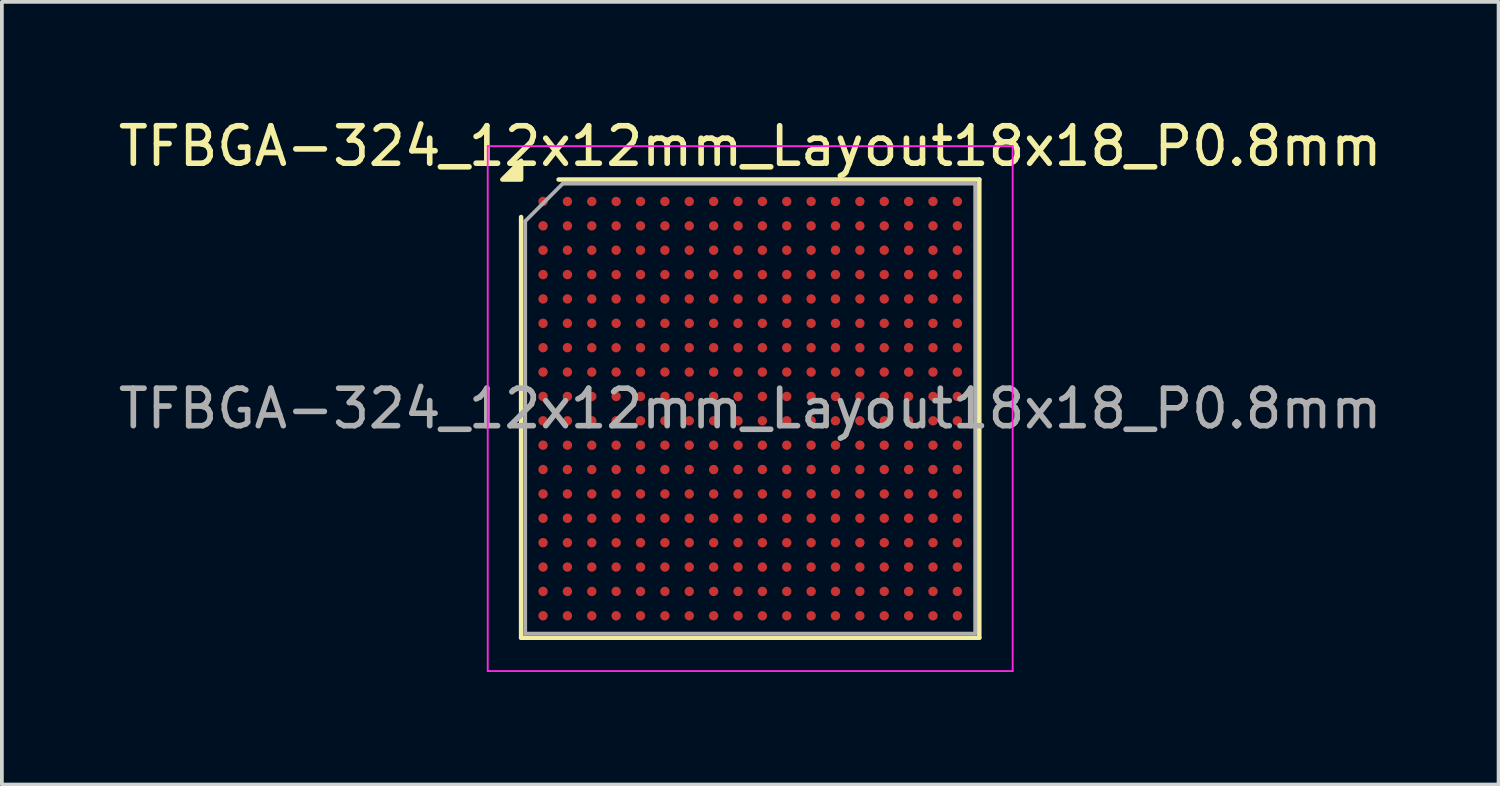
<source format=kicad_pcb>
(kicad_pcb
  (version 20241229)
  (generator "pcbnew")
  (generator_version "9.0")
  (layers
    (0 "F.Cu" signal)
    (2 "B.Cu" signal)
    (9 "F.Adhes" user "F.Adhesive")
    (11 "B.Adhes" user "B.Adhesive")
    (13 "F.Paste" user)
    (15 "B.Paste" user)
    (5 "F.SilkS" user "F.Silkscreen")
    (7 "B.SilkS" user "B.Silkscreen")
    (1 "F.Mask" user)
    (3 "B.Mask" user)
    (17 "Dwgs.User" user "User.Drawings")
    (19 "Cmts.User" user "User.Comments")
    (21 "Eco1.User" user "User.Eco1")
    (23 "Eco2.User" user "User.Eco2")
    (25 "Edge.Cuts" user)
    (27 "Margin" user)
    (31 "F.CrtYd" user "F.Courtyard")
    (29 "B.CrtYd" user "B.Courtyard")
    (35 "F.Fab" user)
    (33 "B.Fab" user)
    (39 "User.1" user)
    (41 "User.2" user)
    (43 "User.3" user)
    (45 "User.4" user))
  (footprint "TFBGA-324_12x12mm_Layout18x18_P0.8mm"
    (layer "F.Cu")
    (at 16.958 7.848)
    (property "Reference" "TFBGA-324_12x12mm_Layout18x18_P0.8mm" (at 0 -7 0) (layer "F.SilkS") (effects (font (size 1 1) (thickness 0.15))))
    (attr smd)
    (fp_line (start -6.11 6.11) (end -6.11 -5.11) (stroke (width 0.12) (type solid)) (layer "F.SilkS"))
    (fp_line (start -5.11 -6.11) (end 6.11 -6.11) (stroke (width 0.12) (type solid)) (layer "F.SilkS"))
    (fp_line (start 6.11 -6.11) (end 6.11 6.11) (stroke (width 0.12) (type solid)) (layer "F.SilkS"))
    (fp_line (start 6.11 6.11) (end -6.11 6.11) (stroke (width 0.12) (type solid)) (layer "F.SilkS"))
    (fp_poly (pts (xy -6.11 -6.11) (xy -6.61 -6.11) (xy -6.11 -6.61) (xy -6.11 -6.11)) (stroke (width 0.12) (type solid)) (fill yes) (layer "F.SilkS"))
    (fp_line (start -7 -7) (end -7 7) (stroke (width 0.05) (type solid)) (layer "F.CrtYd"))
    (fp_line (start -7 7) (end 7 7) (stroke (width 0.05) (type solid)) (layer "F.CrtYd"))
    (fp_line (start 7 -7) (end -7 -7) (stroke (width 0.05) (type solid)) (layer "F.CrtYd"))
    (fp_line (start 7 7) (end 7 -7) (stroke (width 0.05) (type solid)) (layer "F.CrtYd"))
    (fp_line (start -6 -5) (end -5 -6) (stroke (width 0.1) (type solid)) (layer "F.Fab"))
    (fp_line (start -6 6) (end -6 -5) (stroke (width 0.1) (type solid)) (layer "F.Fab"))
    (fp_line (start -5 -6) (end 6 -6) (stroke (width 0.1) (type solid)) (layer "F.Fab"))
    (fp_line (start 6 -6) (end 6 6) (stroke (width 0.1) (type solid)) (layer "F.Fab"))
    (fp_line (start 6 6) (end -6 6) (stroke (width 0.1) (type solid)) (layer "F.Fab"))
    (fp_text user "${REFERENCE}" (at 0 0 0) (layer "F.Fab") (effects (font (size 1 1) (thickness 0.15))))
    (pad "A1" smd circle (at -5.525 -5.525) (size 0.25 0.25) (property pad_prop_bga) (layers "F.Cu" "F.Mask" "F.Paste"))
    (pad "A2" smd circle (at -4.875 -5.525) (size 0.25 0.25) (property pad_prop_bga) (layers "F.Cu" "F.Mask" "F.Paste"))
    (pad "A3" smd circle (at -4.225 -5.525) (size 0.25 0.25) (property pad_prop_bga) (layers "F.Cu" "F.Mask" "F.Paste"))
    (pad "A4" smd circle (at -3.575 -5.525) (size 0.25 0.25) (property pad_prop_bga) (layers "F.Cu" "F.Mask" "F.Paste"))
    (pad "A5" smd circle (at -2.925 -5.525) (size 0.25 0.25) (property pad_prop_bga) (layers "F.Cu" "F.Mask" "F.Paste"))
    (pad "A6" smd circle (at -2.275 -5.525) (size 0.25 0.25) (property pad_prop_bga) (layers "F.Cu" "F.Mask" "F.Paste"))
    (pad "A7" smd circle (at -1.625 -5.525) (size 0.25 0.25) (property pad_prop_bga) (layers "F.Cu" "F.Mask" "F.Paste"))
    (pad "A8" smd circle (at -0.975 -5.525) (size 0.25 0.25) (property pad_prop_bga) (layers "F.Cu" "F.Mask" "F.Paste"))
    (pad "A9" smd circle (at -0.325 -5.525) (size 0.25 0.25) (property pad_prop_bga) (layers "F.Cu" "F.Mask" "F.Paste"))
    (pad "A10" smd circle (at 0.325 -5.525) (size 0.25 0.25) (property pad_prop_bga) (layers "F.Cu" "F.Mask" "F.Paste"))
    (pad "A11" smd circle (at 0.975 -5.525) (size 0.25 0.25) (property pad_prop_bga) (layers "F.Cu" "F.Mask" "F.Paste"))
    (pad "A12" smd circle (at 1.625 -5.525) (size 0.25 0.25) (property pad_prop_bga) (layers "F.Cu" "F.Mask" "F.Paste"))
    (pad "A13" smd circle (at 2.275 -5.525) (size 0.25 0.25) (property pad_prop_bga) (layers "F.Cu" "F.Mask" "F.Paste"))
    (pad "A14" smd circle (at 2.925 -5.525) (size 0.25 0.25) (property pad_prop_bga) (layers "F.Cu" "F.Mask" "F.Paste"))
    (pad "A15" smd circle (at 3.575 -5.525) (size 0.25 0.25) (property pad_prop_bga) (layers "F.Cu" "F.Mask" "F.Paste"))
    (pad "A16" smd circle (at 4.225 -5.525) (size 0.25 0.25) (property pad_prop_bga) (layers "F.Cu" "F.Mask" "F.Paste"))
    (pad "A17" smd circle (at 4.875 -5.525) (size 0.25 0.25) (property pad_prop_bga) (layers "F.Cu" "F.Mask" "F.Paste"))
    (pad "A18" smd circle (at 5.525 -5.525) (size 0.25 0.25) (property pad_prop_bga) (layers "F.Cu" "F.Mask" "F.Paste"))
    (pad "B1" smd circle (at -5.525 -4.875) (size 0.25 0.25) (property pad_prop_bga) (layers "F.Cu" "F.Mask" "F.Paste"))
    (pad "B2" smd circle (at -4.875 -4.875) (size 0.25 0.25) (property pad_prop_bga) (layers "F.Cu" "F.Mask" "F.Paste"))
    (pad "B3" smd circle (at -4.225 -4.875) (size 0.25 0.25) (property pad_prop_bga) (layers "F.Cu" "F.Mask" "F.Paste"))
    (pad "B4" smd circle (at -3.575 -4.875) (size 0.25 0.25) (property pad_prop_bga) (layers "F.Cu" "F.Mask" "F.Paste"))
    (pad "B5" smd circle (at -2.925 -4.875) (size 0.25 0.25) (property pad_prop_bga) (layers "F.Cu" "F.Mask" "F.Paste"))
    (pad "B6" smd circle (at -2.275 -4.875) (size 0.25 0.25) (property pad_prop_bga) (layers "F.Cu" "F.Mask" "F.Paste"))
    (pad "B7" smd circle (at -1.625 -4.875) (size 0.25 0.25) (property pad_prop_bga) (layers "F.Cu" "F.Mask" "F.Paste"))
    (pad "B8" smd circle (at -0.975 -4.875) (size 0.25 0.25) (property pad_prop_bga) (layers "F.Cu" "F.Mask" "F.Paste"))
    (pad "B9" smd circle (at -0.325 -4.875) (size 0.25 0.25) (property pad_prop_bga) (layers "F.Cu" "F.Mask" "F.Paste"))
    (pad "B10" smd circle (at 0.325 -4.875) (size 0.25 0.25) (property pad_prop_bga) (layers "F.Cu" "F.Mask" "F.Paste"))
    (pad "B11" smd circle (at 0.975 -4.875) (size 0.25 0.25) (property pad_prop_bga) (layers "F.Cu" "F.Mask" "F.Paste"))
    (pad "B12" smd circle (at 1.625 -4.875) (size 0.25 0.25) (property pad_prop_bga) (layers "F.Cu" "F.Mask" "F.Paste"))
    (pad "B13" smd circle (at 2.275 -4.875) (size 0.25 0.25) (property pad_prop_bga) (layers "F.Cu" "F.Mask" "F.Paste"))
    (pad "B14" smd circle (at 2.925 -4.875) (size 0.25 0.25) (property pad_prop_bga) (layers "F.Cu" "F.Mask" "F.Paste"))
    (pad "B15" smd circle (at 3.575 -4.875) (size 0.25 0.25) (property pad_prop_bga) (layers "F.Cu" "F.Mask" "F.Paste"))
    (pad "B16" smd circle (at 4.225 -4.875) (size 0.25 0.25) (property pad_prop_bga) (layers "F.Cu" "F.Mask" "F.Paste"))
    (pad "B17" smd circle (at 4.875 -4.875) (size 0.25 0.25) (property pad_prop_bga) (layers "F.Cu" "F.Mask" "F.Paste"))
    (pad "B18" smd circle (at 5.525 -4.875) (size 0.25 0.25) (property pad_prop_bga) (layers "F.Cu" "F.Mask" "F.Paste"))
    (pad "C1" smd circle (at -5.525 -4.225) (size 0.25 0.25) (property pad_prop_bga) (layers "F.Cu" "F.Mask" "F.Paste"))
    (pad "C2" smd circle (at -4.875 -4.225) (size 0.25 0.25) (property pad_prop_bga) (layers "F.Cu" "F.Mask" "F.Paste"))
    (pad "C3" smd circle (at -4.225 -4.225) (size 0.25 0.25) (property pad_prop_bga) (layers "F.Cu" "F.Mask" "F.Paste"))
    (pad "C4" smd circle (at -3.575 -4.225) (size 0.25 0.25) (property pad_prop_bga) (layers "F.Cu" "F.Mask" "F.Paste"))
    (pad "C5" smd circle (at -2.925 -4.225) (size 0.25 0.25) (property pad_prop_bga) (layers "F.Cu" "F.Mask" "F.Paste"))
    (pad "C6" smd circle (at -2.275 -4.225) (size 0.25 0.25) (property pad_prop_bga) (layers "F.Cu" "F.Mask" "F.Paste"))
    (pad "C7" smd circle (at -1.625 -4.225) (size 0.25 0.25) (property pad_prop_bga) (layers "F.Cu" "F.Mask" "F.Paste"))
    (pad "C8" smd circle (at -0.975 -4.225) (size 0.25 0.25) (property pad_prop_bga) (layers "F.Cu" "F.Mask" "F.Paste"))
    (pad "C9" smd circle (at -0.325 -4.225) (size 0.25 0.25) (property pad_prop_bga) (layers "F.Cu" "F.Mask" "F.Paste"))
    (pad "C10" smd circle (at 0.325 -4.225) (size 0.25 0.25) (property pad_prop_bga) (layers "F.Cu" "F.Mask" "F.Paste"))
    (pad "C11" smd circle (at 0.975 -4.225) (size 0.25 0.25) (property pad_prop_bga) (layers "F.Cu" "F.Mask" "F.Paste"))
    (pad "C12" smd circle (at 1.625 -4.225) (size 0.25 0.25) (property pad_prop_bga) (layers "F.Cu" "F.Mask" "F.Paste"))
    (pad "C13" smd circle (at 2.275 -4.225) (size 0.25 0.25) (property pad_prop_bga) (layers "F.Cu" "F.Mask" "F.Paste"))
    (pad "C14" smd circle (at 2.925 -4.225) (size 0.25 0.25) (property pad_prop_bga) (layers "F.Cu" "F.Mask" "F.Paste"))
    (pad "C15" smd circle (at 3.575 -4.225) (size 0.25 0.25) (property pad_prop_bga) (layers "F.Cu" "F.Mask" "F.Paste"))
    (pad "C16" smd circle (at 4.225 -4.225) (size 0.25 0.25) (property pad_prop_bga) (layers "F.Cu" "F.Mask" "F.Paste"))
    (pad "C17" smd circle (at 4.875 -4.225) (size 0.25 0.25) (property pad_prop_bga) (layers "F.Cu" "F.Mask" "F.Paste"))
    (pad "C18" smd circle (at 5.525 -4.225) (size 0.25 0.25) (property pad_prop_bga) (layers "F.Cu" "F.Mask" "F.Paste"))
    (pad "D1" smd circle (at -5.525 -3.575) (size 0.25 0.25) (property pad_prop_bga) (layers "F.Cu" "F.Mask" "F.Paste"))
    (pad "D2" smd circle (at -4.875 -3.575) (size 0.25 0.25) (property pad_prop_bga) (layers "F.Cu" "F.Mask" "F.Paste"))
    (pad "D3" smd circle (at -4.225 -3.575) (size 0.25 0.25) (property pad_prop_bga) (layers "F.Cu" "F.Mask" "F.Paste"))
    (pad "D4" smd circle (at -3.575 -3.575) (size 0.25 0.25) (property pad_prop_bga) (layers "F.Cu" "F.Mask" "F.Paste"))
    (pad "D5" smd circle (at -2.925 -3.575) (size 0.25 0.25) (property pad_prop_bga) (layers "F.Cu" "F.Mask" "F.Paste"))
    (pad "D6" smd circle (at -2.275 -3.575) (size 0.25 0.25) (property pad_prop_bga) (layers "F.Cu" "F.Mask" "F.Paste"))
    (pad "D7" smd circle (at -1.625 -3.575) (size 0.25 0.25) (property pad_prop_bga) (layers "F.Cu" "F.Mask" "F.Paste"))
    (pad "D8" smd circle (at -0.975 -3.575) (size 0.25 0.25) (property pad_prop_bga) (layers "F.Cu" "F.Mask" "F.Paste"))
    (pad "D9" smd circle (at -0.325 -3.575) (size 0.25 0.25) (property pad_prop_bga) (layers "F.Cu" "F.Mask" "F.Paste"))
    (pad "D10" smd circle (at 0.325 -3.575) (size 0.25 0.25) (property pad_prop_bga) (layers "F.Cu" "F.Mask" "F.Paste"))
    (pad "D11" smd circle (at 0.975 -3.575) (size 0.25 0.25) (property pad_prop_bga) (layers "F.Cu" "F.Mask" "F.Paste"))
    (pad "D12" smd circle (at 1.625 -3.575) (size 0.25 0.25) (property pad_prop_bga) (layers "F.Cu" "F.Mask" "F.Paste"))
    (pad "D13" smd circle (at 2.275 -3.575) (size 0.25 0.25) (property pad_prop_bga) (layers "F.Cu" "F.Mask" "F.Paste"))
    (pad "D14" smd circle (at 2.925 -3.575) (size 0.25 0.25) (property pad_prop_bga) (layers "F.Cu" "F.Mask" "F.Paste"))
    (pad "D15" smd circle (at 3.575 -3.575) (size 0.25 0.25) (property pad_prop_bga) (layers "F.Cu" "F.Mask" "F.Paste"))
    (pad "D16" smd circle (at 4.225 -3.575) (size 0.25 0.25) (property pad_prop_bga) (layers "F.Cu" "F.Mask" "F.Paste"))
    (pad "D17" smd circle (at 4.875 -3.575) (size 0.25 0.25) (property pad_prop_bga) (layers "F.Cu" "F.Mask" "F.Paste"))
    (pad "D18" smd circle (at 5.525 -3.575) (size 0.25 0.25) (property pad_prop_bga) (layers "F.Cu" "F.Mask" "F.Paste"))
    (pad "E1" smd circle (at -5.525 -2.925) (size 0.25 0.25) (property pad_prop_bga) (layers "F.Cu" "F.Mask" "F.Paste"))
    (pad "E2" smd circle (at -4.875 -2.925) (size 0.25 0.25) (property pad_prop_bga) (layers "F.Cu" "F.Mask" "F.Paste"))
    (pad "E3" smd circle (at -4.225 -2.925) (size 0.25 0.25) (property pad_prop_bga) (layers "F.Cu" "F.Mask" "F.Paste"))
    (pad "E4" smd circle (at -3.575 -2.925) (size 0.25 0.25) (property pad_prop_bga) (layers "F.Cu" "F.Mask" "F.Paste"))
    (pad "E5" smd circle (at -2.925 -2.925) (size 0.25 0.25) (property pad_prop_bga) (layers "F.Cu" "F.Mask" "F.Paste"))
    (pad "E6" smd circle (at -2.275 -2.925) (size 0.25 0.25) (property pad_prop_bga) (layers "F.Cu" "F.Mask" "F.Paste"))
    (pad "E7" smd circle (at -1.625 -2.925) (size 0.25 0.25) (property pad_prop_bga) (layers "F.Cu" "F.Mask" "F.Paste"))
    (pad "E8" smd circle (at -0.975 -2.925) (size 0.25 0.25) (property pad_prop_bga) (layers "F.Cu" "F.Mask" "F.Paste"))
    (pad "E9" smd circle (at -0.325 -2.925) (size 0.25 0.25) (property pad_prop_bga) (layers "F.Cu" "F.Mask" "F.Paste"))
    (pad "E10" smd circle (at 0.325 -2.925) (size 0.25 0.25) (property pad_prop_bga) (layers "F.Cu" "F.Mask" "F.Paste"))
    (pad "E11" smd circle (at 0.975 -2.925) (size 0.25 0.25) (property pad_prop_bga) (layers "F.Cu" "F.Mask" "F.Paste"))
    (pad "E12" smd circle (at 1.625 -2.925) (size 0.25 0.25) (property pad_prop_bga) (layers "F.Cu" "F.Mask" "F.Paste"))
    (pad "E13" smd circle (at 2.275 -2.925) (size 0.25 0.25) (property pad_prop_bga) (layers "F.Cu" "F.Mask" "F.Paste"))
    (pad "E14" smd circle (at 2.925 -2.925) (size 0.25 0.25) (property pad_prop_bga) (layers "F.Cu" "F.Mask" "F.Paste"))
    (pad "E15" smd circle (at 3.575 -2.925) (size 0.25 0.25) (property pad_prop_bga) (layers "F.Cu" "F.Mask" "F.Paste"))
    (pad "E16" smd circle (at 4.225 -2.925) (size 0.25 0.25) (property pad_prop_bga) (layers "F.Cu" "F.Mask" "F.Paste"))
    (pad "E17" smd circle (at 4.875 -2.925) (size 0.25 0.25) (property pad_prop_bga) (layers "F.Cu" "F.Mask" "F.Paste"))
    (pad "E18" smd circle (at 5.525 -2.925) (size 0.25 0.25) (property pad_prop_bga) (layers "F.Cu" "F.Mask" "F.Paste"))
    (pad "F1" smd circle (at -5.525 -2.275) (size 0.25 0.25) (property pad_prop_bga) (layers "F.Cu" "F.Mask" "F.Paste"))
    (pad "F2" smd circle (at -4.875 -2.275) (size 0.25 0.25) (property pad_prop_bga) (layers "F.Cu" "F.Mask" "F.Paste"))
    (pad "F3" smd circle (at -4.225 -2.275) (size 0.25 0.25) (property pad_prop_bga) (layers "F.Cu" "F.Mask" "F.Paste"))
    (pad "F4" smd circle (at -3.575 -2.275) (size 0.25 0.25) (property pad_prop_bga) (layers "F.Cu" "F.Mask" "F.Paste"))
    (pad "F5" smd circle (at -2.925 -2.275) (size 0.25 0.25) (property pad_prop_bga) (layers "F.Cu" "F.Mask" "F.Paste"))
    (pad "F6" smd circle (at -2.275 -2.275) (size 0.25 0.25) (property pad_prop_bga) (layers "F.Cu" "F.Mask" "F.Paste"))
    (pad "F7" smd circle (at -1.625 -2.275) (size 0.25 0.25) (property pad_prop_bga) (layers "F.Cu" "F.Mask" "F.Paste"))
    (pad "F8" smd circle (at -0.975 -2.275) (size 0.25 0.25) (property pad_prop_bga) (layers "F.Cu" "F.Mask" "F.Paste"))
    (pad "F9" smd circle (at -0.325 -2.275) (size 0.25 0.25) (property pad_prop_bga) (layers "F.Cu" "F.Mask" "F.Paste"))
    (pad "F10" smd circle (at 0.325 -2.275) (size 0.25 0.25) (property pad_prop_bga) (layers "F.Cu" "F.Mask" "F.Paste"))
    (pad "F11" smd circle (at 0.975 -2.275) (size 0.25 0.25) (property pad_prop_bga) (layers "F.Cu" "F.Mask" "F.Paste"))
    (pad "F12" smd circle (at 1.625 -2.275) (size 0.25 0.25) (property pad_prop_bga) (layers "F.Cu" "F.Mask" "F.Paste"))
    (pad "F13" smd circle (at 2.275 -2.275) (size 0.25 0.25) (property pad_prop_bga) (layers "F.Cu" "F.Mask" "F.Paste"))
    (pad "F14" smd circle (at 2.925 -2.275) (size 0.25 0.25) (property pad_prop_bga) (layers "F.Cu" "F.Mask" "F.Paste"))
    (pad "F15" smd circle (at 3.575 -2.275) (size 0.25 0.25) (property pad_prop_bga) (layers "F.Cu" "F.Mask" "F.Paste"))
    (pad "F16" smd circle (at 4.225 -2.275) (size 0.25 0.25) (property pad_prop_bga) (layers "F.Cu" "F.Mask" "F.Paste"))
    (pad "F17" smd circle (at 4.875 -2.275) (size 0.25 0.25) (property pad_prop_bga) (layers "F.Cu" "F.Mask" "F.Paste"))
    (pad "F18" smd circle (at 5.525 -2.275) (size 0.25 0.25) (property pad_prop_bga) (layers "F.Cu" "F.Mask" "F.Paste"))
    (pad "G1" smd circle (at -5.525 -1.625) (size 0.25 0.25) (property pad_prop_bga) (layers "F.Cu" "F.Mask" "F.Paste"))
    (pad "G2" smd circle (at -4.875 -1.625) (size 0.25 0.25) (property pad_prop_bga) (layers "F.Cu" "F.Mask" "F.Paste"))
    (pad "G3" smd circle (at -4.225 -1.625) (size 0.25 0.25) (property pad_prop_bga) (layers "F.Cu" "F.Mask" "F.Paste"))
    (pad "G4" smd circle (at -3.575 -1.625) (size 0.25 0.25) (property pad_prop_bga) (layers "F.Cu" "F.Mask" "F.Paste"))
    (pad "G5" smd circle (at -2.925 -1.625) (size 0.25 0.25) (property pad_prop_bga) (layers "F.Cu" "F.Mask" "F.Paste"))
    (pad "G6" smd circle (at -2.275 -1.625) (size 0.25 0.25) (property pad_prop_bga) (layers "F.Cu" "F.Mask" "F.Paste"))
    (pad "G7" smd circle (at -1.625 -1.625) (size 0.25 0.25) (property pad_prop_bga) (layers "F.Cu" "F.Mask" "F.Paste"))
    (pad "G8" smd circle (at -0.975 -1.625) (size 0.25 0.25) (property pad_prop_bga) (layers "F.Cu" "F.Mask" "F.Paste"))
    (pad "G9" smd circle (at -0.325 -1.625) (size 0.25 0.25) (property pad_prop_bga) (layers "F.Cu" "F.Mask" "F.Paste"))
    (pad "G10" smd circle (at 0.325 -1.625) (size 0.25 0.25) (property pad_prop_bga) (layers "F.Cu" "F.Mask" "F.Paste"))
    (pad "G11" smd circle (at 0.975 -1.625) (size 0.25 0.25) (property pad_prop_bga) (layers "F.Cu" "F.Mask" "F.Paste"))
    (pad "G12" smd circle (at 1.625 -1.625) (size 0.25 0.25) (property pad_prop_bga) (layers "F.Cu" "F.Mask" "F.Paste"))
    (pad "G13" smd circle (at 2.275 -1.625) (size 0.25 0.25) (property pad_prop_bga) (layers "F.Cu" "F.Mask" "F.Paste"))
    (pad "G14" smd circle (at 2.925 -1.625) (size 0.25 0.25) (property pad_prop_bga) (layers "F.Cu" "F.Mask" "F.Paste"))
    (pad "G15" smd circle (at 3.575 -1.625) (size 0.25 0.25) (property pad_prop_bga) (layers "F.Cu" "F.Mask" "F.Paste"))
    (pad "G16" smd circle (at 4.225 -1.625) (size 0.25 0.25) (property pad_prop_bga) (layers "F.Cu" "F.Mask" "F.Paste"))
    (pad "G17" smd circle (at 4.875 -1.625) (size 0.25 0.25) (property pad_prop_bga) (layers "F.Cu" "F.Mask" "F.Paste"))
    (pad "G18" smd circle (at 5.525 -1.625) (size 0.25 0.25) (property pad_prop_bga) (layers "F.Cu" "F.Mask" "F.Paste"))
    (pad "H1" smd circle (at -5.525 -0.975) (size 0.25 0.25) (property pad_prop_bga) (layers "F.Cu" "F.Mask" "F.Paste"))
    (pad "H2" smd circle (at -4.875 -0.975) (size 0.25 0.25) (property pad_prop_bga) (layers "F.Cu" "F.Mask" "F.Paste"))
    (pad "H3" smd circle (at -4.225 -0.975) (size 0.25 0.25) (property pad_prop_bga) (layers "F.Cu" "F.Mask" "F.Paste"))
    (pad "H4" smd circle (at -3.575 -0.975) (size 0.25 0.25) (property pad_prop_bga) (layers "F.Cu" "F.Mask" "F.Paste"))
    (pad "H5" smd circle (at -2.925 -0.975) (size 0.25 0.25) (property pad_prop_bga) (layers "F.Cu" "F.Mask" "F.Paste"))
    (pad "H6" smd circle (at -2.275 -0.975) (size 0.25 0.25) (property pad_prop_bga) (layers "F.Cu" "F.Mask" "F.Paste"))
    (pad "H7" smd circle (at -1.625 -0.975) (size 0.25 0.25) (property pad_prop_bga) (layers "F.Cu" "F.Mask" "F.Paste"))
    (pad "H8" smd circle (at -0.975 -0.975) (size 0.25 0.25) (property pad_prop_bga) (layers "F.Cu" "F.Mask" "F.Paste"))
    (pad "H9" smd circle (at -0.325 -0.975) (size 0.25 0.25) (property pad_prop_bga) (layers "F.Cu" "F.Mask" "F.Paste"))
    (pad "H10" smd circle (at 0.325 -0.975) (size 0.25 0.25) (property pad_prop_bga) (layers "F.Cu" "F.Mask" "F.Paste"))
    (pad "H11" smd circle (at 0.975 -0.975) (size 0.25 0.25) (property pad_prop_bga) (layers "F.Cu" "F.Mask" "F.Paste"))
    (pad "H12" smd circle (at 1.625 -0.975) (size 0.25 0.25) (property pad_prop_bga) (layers "F.Cu" "F.Mask" "F.Paste"))
    (pad "H13" smd circle (at 2.275 -0.975) (size 0.25 0.25) (property pad_prop_bga) (layers "F.Cu" "F.Mask" "F.Paste"))
    (pad "H14" smd circle (at 2.925 -0.975) (size 0.25 0.25) (property pad_prop_bga) (layers "F.Cu" "F.Mask" "F.Paste"))
    (pad "H15" smd circle (at 3.575 -0.975) (size 0.25 0.25) (property pad_prop_bga) (layers "F.Cu" "F.Mask" "F.Paste"))
    (pad "H16" smd circle (at 4.225 -0.975) (size 0.25 0.25) (property pad_prop_bga) (layers "F.Cu" "F.Mask" "F.Paste"))
    (pad "H17" smd circle (at 4.875 -0.975) (size 0.25 0.25) (property pad_prop_bga) (layers "F.Cu" "F.Mask" "F.Paste"))
    (pad "H18" smd circle (at 5.525 -0.975) (size 0.25 0.25) (property pad_prop_bga) (layers "F.Cu" "F.Mask" "F.Paste"))
    (pad "J1" smd circle (at -5.525 -0.325) (size 0.25 0.25) (property pad_prop_bga) (layers "F.Cu" "F.Mask" "F.Paste"))
    (pad "J2" smd circle (at -4.875 -0.325) (size 0.25 0.25) (property pad_prop_bga) (layers "F.Cu" "F.Mask" "F.Paste"))
    (pad "J3" smd circle (at -4.225 -0.325) (size 0.25 0.25) (property pad_prop_bga) (layers "F.Cu" "F.Mask" "F.Paste"))
    (pad "J4" smd circle (at -3.575 -0.325) (size 0.25 0.25) (property pad_prop_bga) (layers "F.Cu" "F.Mask" "F.Paste"))
    (pad "J5" smd circle (at -2.925 -0.325) (size 0.25 0.25) (property pad_prop_bga) (layers "F.Cu" "F.Mask" "F.Paste"))
    (pad "J6" smd circle (at -2.275 -0.325) (size 0.25 0.25) (property pad_prop_bga) (layers "F.Cu" "F.Mask" "F.Paste"))
    (pad "J7" smd circle (at -1.625 -0.325) (size 0.25 0.25) (property pad_prop_bga) (layers "F.Cu" "F.Mask" "F.Paste"))
    (pad "J8" smd circle (at -0.975 -0.325) (size 0.25 0.25) (property pad_prop_bga) (layers "F.Cu" "F.Mask" "F.Paste"))
    (pad "J9" smd circle (at -0.325 -0.325) (size 0.25 0.25) (property pad_prop_bga) (layers "F.Cu" "F.Mask" "F.Paste"))
    (pad "J10" smd circle (at 0.325 -0.325) (size 0.25 0.25) (property pad_prop_bga) (layers "F.Cu" "F.Mask" "F.Paste"))
    (pad "J11" smd circle (at 0.975 -0.325) (size 0.25 0.25) (property pad_prop_bga) (layers "F.Cu" "F.Mask" "F.Paste"))
    (pad "J12" smd circle (at 1.625 -0.325) (size 0.25 0.25) (property pad_prop_bga) (layers "F.Cu" "F.Mask" "F.Paste"))
    (pad "J13" smd circle (at 2.275 -0.325) (size 0.25 0.25) (property pad_prop_bga) (layers "F.Cu" "F.Mask" "F.Paste"))
    (pad "J14" smd circle (at 2.925 -0.325) (size 0.25 0.25) (property pad_prop_bga) (layers "F.Cu" "F.Mask" "F.Paste"))
    (pad "J15" smd circle (at 3.575 -0.325) (size 0.25 0.25) (property pad_prop_bga) (layers "F.Cu" "F.Mask" "F.Paste"))
    (pad "J16" smd circle (at 4.225 -0.325) (size 0.25 0.25) (property pad_prop_bga) (layers "F.Cu" "F.Mask" "F.Paste"))
    (pad "J17" smd circle (at 4.875 -0.325) (size 0.25 0.25) (property pad_prop_bga) (layers "F.Cu" "F.Mask" "F.Paste"))
    (pad "J18" smd circle (at 5.525 -0.325) (size 0.25 0.25) (property pad_prop_bga) (layers "F.Cu" "F.Mask" "F.Paste"))
    (pad "K1" smd circle (at -5.525 0.325) (size 0.25 0.25) (property pad_prop_bga) (layers "F.Cu" "F.Mask" "F.Paste"))
    (pad "K2" smd circle (at -4.875 0.325) (size 0.25 0.25) (property pad_prop_bga) (layers "F.Cu" "F.Mask" "F.Paste"))
    (pad "K3" smd circle (at -4.225 0.325) (size 0.25 0.25) (property pad_prop_bga) (layers "F.Cu" "F.Mask" "F.Paste"))
    (pad "K4" smd circle (at -3.575 0.325) (size 0.25 0.25) (property pad_prop_bga) (layers "F.Cu" "F.Mask" "F.Paste"))
    (pad "K5" smd circle (at -2.925 0.325) (size 0.25 0.25) (property pad_prop_bga) (layers "F.Cu" "F.Mask" "F.Paste"))
    (pad "K6" smd circle (at -2.275 0.325) (size 0.25 0.25) (property pad_prop_bga) (layers "F.Cu" "F.Mask" "F.Paste"))
    (pad "K7" smd circle (at -1.625 0.325) (size 0.25 0.25) (property pad_prop_bga) (layers "F.Cu" "F.Mask" "F.Paste"))
    (pad "K8" smd circle (at -0.975 0.325) (size 0.25 0.25) (property pad_prop_bga) (layers "F.Cu" "F.Mask" "F.Paste"))
    (pad "K9" smd circle (at -0.325 0.325) (size 0.25 0.25) (property pad_prop_bga) (layers "F.Cu" "F.Mask" "F.Paste"))
    (pad "K10" smd circle (at 0.325 0.325) (size 0.25 0.25) (property pad_prop_bga) (layers "F.Cu" "F.Mask" "F.Paste"))
    (pad "K11" smd circle (at 0.975 0.325) (size 0.25 0.25) (property pad_prop_bga) (layers "F.Cu" "F.Mask" "F.Paste"))
    (pad "K12" smd circle (at 1.625 0.325) (size 0.25 0.25) (property pad_prop_bga) (layers "F.Cu" "F.Mask" "F.Paste"))
    (pad "K13" smd circle (at 2.275 0.325) (size 0.25 0.25) (property pad_prop_bga) (layers "F.Cu" "F.Mask" "F.Paste"))
    (pad "K14" smd circle (at 2.925 0.325) (size 0.25 0.25) (property pad_prop_bga) (layers "F.Cu" "F.Mask" "F.Paste"))
    (pad "K15" smd circle (at 3.575 0.325) (size 0.25 0.25) (property pad_prop_bga) (layers "F.Cu" "F.Mask" "F.Paste"))
    (pad "K16" smd circle (at 4.225 0.325) (size 0.25 0.25) (property pad_prop_bga) (layers "F.Cu" "F.Mask" "F.Paste"))
    (pad "K17" smd circle (at 4.875 0.325) (size 0.25 0.25) (property pad_prop_bga) (layers "F.Cu" "F.Mask" "F.Paste"))
    (pad "K18" smd circle (at 5.525 0.325) (size 0.25 0.25) (property pad_prop_bga) (layers "F.Cu" "F.Mask" "F.Paste"))
    (pad "L1" smd circle (at -5.525 0.975) (size 0.25 0.25) (property pad_prop_bga) (layers "F.Cu" "F.Mask" "F.Paste"))
    (pad "L2" smd circle (at -4.875 0.975) (size 0.25 0.25) (property pad_prop_bga) (layers "F.Cu" "F.Mask" "F.Paste"))
    (pad "L3" smd circle (at -4.225 0.975) (size 0.25 0.25) (property pad_prop_bga) (layers "F.Cu" "F.Mask" "F.Paste"))
    (pad "L4" smd circle (at -3.575 0.975) (size 0.25 0.25) (property pad_prop_bga) (layers "F.Cu" "F.Mask" "F.Paste"))
    (pad "L5" smd circle (at -2.925 0.975) (size 0.25 0.25) (property pad_prop_bga) (layers "F.Cu" "F.Mask" "F.Paste"))
    (pad "L6" smd circle (at -2.275 0.975) (size 0.25 0.25) (property pad_prop_bga) (layers "F.Cu" "F.Mask" "F.Paste"))
    (pad "L7" smd circle (at -1.625 0.975) (size 0.25 0.25) (property pad_prop_bga) (layers "F.Cu" "F.Mask" "F.Paste"))
    (pad "L8" smd circle (at -0.975 0.975) (size 0.25 0.25) (property pad_prop_bga) (layers "F.Cu" "F.Mask" "F.Paste"))
    (pad "L9" smd circle (at -0.325 0.975) (size 0.25 0.25) (property pad_prop_bga) (layers "F.Cu" "F.Mask" "F.Paste"))
    (pad "L10" smd circle (at 0.325 0.975) (size 0.25 0.25) (property pad_prop_bga) (layers "F.Cu" "F.Mask" "F.Paste"))
    (pad "L11" smd circle (at 0.975 0.975) (size 0.25 0.25) (property pad_prop_bga) (layers "F.Cu" "F.Mask" "F.Paste"))
    (pad "L12" smd circle (at 1.625 0.975) (size 0.25 0.25) (property pad_prop_bga) (layers "F.Cu" "F.Mask" "F.Paste"))
    (pad "L13" smd circle (at 2.275 0.975) (size 0.25 0.25) (property pad_prop_bga) (layers "F.Cu" "F.Mask" "F.Paste"))
    (pad "L14" smd circle (at 2.925 0.975) (size 0.25 0.25) (property pad_prop_bga) (layers "F.Cu" "F.Mask" "F.Paste"))
    (pad "L15" smd circle (at 3.575 0.975) (size 0.25 0.25) (property pad_prop_bga) (layers "F.Cu" "F.Mask" "F.Paste"))
    (pad "L16" smd circle (at 4.225 0.975) (size 0.25 0.25) (property pad_prop_bga) (layers "F.Cu" "F.Mask" "F.Paste"))
    (pad "L17" smd circle (at 4.875 0.975) (size 0.25 0.25) (property pad_prop_bga) (layers "F.Cu" "F.Mask" "F.Paste"))
    (pad "L18" smd circle (at 5.525 0.975) (size 0.25 0.25) (property pad_prop_bga) (layers "F.Cu" "F.Mask" "F.Paste"))
    (pad "M1" smd circle (at -5.525 1.625) (size 0.25 0.25) (property pad_prop_bga) (layers "F.Cu" "F.Mask" "F.Paste"))
    (pad "M2" smd circle (at -4.875 1.625) (size 0.25 0.25) (property pad_prop_bga) (layers "F.Cu" "F.Mask" "F.Paste"))
    (pad "M3" smd circle (at -4.225 1.625) (size 0.25 0.25) (property pad_prop_bga) (layers "F.Cu" "F.Mask" "F.Paste"))
    (pad "M4" smd circle (at -3.575 1.625) (size 0.25 0.25) (property pad_prop_bga) (layers "F.Cu" "F.Mask" "F.Paste"))
    (pad "M5" smd circle (at -2.925 1.625) (size 0.25 0.25) (property pad_prop_bga) (layers "F.Cu" "F.Mask" "F.Paste"))
    (pad "M6" smd circle (at -2.275 1.625) (size 0.25 0.25) (property pad_prop_bga) (layers "F.Cu" "F.Mask" "F.Paste"))
    (pad "M7" smd circle (at -1.625 1.625) (size 0.25 0.25) (property pad_prop_bga) (layers "F.Cu" "F.Mask" "F.Paste"))
    (pad "M8" smd circle (at -0.975 1.625) (size 0.25 0.25) (property pad_prop_bga) (layers "F.Cu" "F.Mask" "F.Paste"))
    (pad "M9" smd circle (at -0.325 1.625) (size 0.25 0.25) (property pad_prop_bga) (layers "F.Cu" "F.Mask" "F.Paste"))
    (pad "M10" smd circle (at 0.325 1.625) (size 0.25 0.25) (property pad_prop_bga) (layers "F.Cu" "F.Mask" "F.Paste"))
    (pad "M11" smd circle (at 0.975 1.625) (size 0.25 0.25) (property pad_prop_bga) (layers "F.Cu" "F.Mask" "F.Paste"))
    (pad "M12" smd circle (at 1.625 1.625) (size 0.25 0.25) (property pad_prop_bga) (layers "F.Cu" "F.Mask" "F.Paste"))
    (pad "M13" smd circle (at 2.275 1.625) (size 0.25 0.25) (property pad_prop_bga) (layers "F.Cu" "F.Mask" "F.Paste"))
    (pad "M14" smd circle (at 2.925 1.625) (size 0.25 0.25) (property pad_prop_bga) (layers "F.Cu" "F.Mask" "F.Paste"))
    (pad "M15" smd circle (at 3.575 1.625) (size 0.25 0.25) (property pad_prop_bga) (layers "F.Cu" "F.Mask" "F.Paste"))
    (pad "M16" smd circle (at 4.225 1.625) (size 0.25 0.25) (property pad_prop_bga) (layers "F.Cu" "F.Mask" "F.Paste"))
    (pad "M17" smd circle (at 4.875 1.625) (size 0.25 0.25) (property pad_prop_bga) (layers "F.Cu" "F.Mask" "F.Paste"))
    (pad "M18" smd circle (at 5.525 1.625) (size 0.25 0.25) (property pad_prop_bga) (layers "F.Cu" "F.Mask" "F.Paste"))
    (pad "N1" smd circle (at -5.525 2.275) (size 0.25 0.25) (property pad_prop_bga) (layers "F.Cu" "F.Mask" "F.Paste"))
    (pad "N2" smd circle (at -4.875 2.275) (size 0.25 0.25) (property pad_prop_bga) (layers "F.Cu" "F.Mask" "F.Paste"))
    (pad "N3" smd circle (at -4.225 2.275) (size 0.25 0.25) (property pad_prop_bga) (layers "F.Cu" "F.Mask" "F.Paste"))
    (pad "N4" smd circle (at -3.575 2.275) (size 0.25 0.25) (property pad_prop_bga) (layers "F.Cu" "F.Mask" "F.Paste"))
    (pad "N5" smd circle (at -2.925 2.275) (size 0.25 0.25) (property pad_prop_bga) (layers "F.Cu" "F.Mask" "F.Paste"))
    (pad "N6" smd circle (at -2.275 2.275) (size 0.25 0.25) (property pad_prop_bga) (layers "F.Cu" "F.Mask" "F.Paste"))
    (pad "N7" smd circle (at -1.625 2.275) (size 0.25 0.25) (property pad_prop_bga) (layers "F.Cu" "F.Mask" "F.Paste"))
    (pad "N8" smd circle (at -0.975 2.275) (size 0.25 0.25) (property pad_prop_bga) (layers "F.Cu" "F.Mask" "F.Paste"))
    (pad "N9" smd circle (at -0.325 2.275) (size 0.25 0.25) (property pad_prop_bga) (layers "F.Cu" "F.Mask" "F.Paste"))
    (pad "N10" smd circle (at 0.325 2.275) (size 0.25 0.25) (property pad_prop_bga) (layers "F.Cu" "F.Mask" "F.Paste"))
    (pad "N11" smd circle (at 0.975 2.275) (size 0.25 0.25) (property pad_prop_bga) (layers "F.Cu" "F.Mask" "F.Paste"))
    (pad "N12" smd circle (at 1.625 2.275) (size 0.25 0.25) (property pad_prop_bga) (layers "F.Cu" "F.Mask" "F.Paste"))
    (pad "N13" smd circle (at 2.275 2.275) (size 0.25 0.25) (property pad_prop_bga) (layers "F.Cu" "F.Mask" "F.Paste"))
    (pad "N14" smd circle (at 2.925 2.275) (size 0.25 0.25) (property pad_prop_bga) (layers "F.Cu" "F.Mask" "F.Paste"))
    (pad "N15" smd circle (at 3.575 2.275) (size 0.25 0.25) (property pad_prop_bga) (layers "F.Cu" "F.Mask" "F.Paste"))
    (pad "N16" smd circle (at 4.225 2.275) (size 0.25 0.25) (property pad_prop_bga) (layers "F.Cu" "F.Mask" "F.Paste"))
    (pad "N17" smd circle (at 4.875 2.275) (size 0.25 0.25) (property pad_prop_bga) (layers "F.Cu" "F.Mask" "F.Paste"))
    (pad "N18" smd circle (at 5.525 2.275) (size 0.25 0.25) (property pad_prop_bga) (layers "F.Cu" "F.Mask" "F.Paste"))
    (pad "P1" smd circle (at -5.525 2.925) (size 0.25 0.25) (property pad_prop_bga) (layers "F.Cu" "F.Mask" "F.Paste"))
    (pad "P2" smd circle (at -4.875 2.925) (size 0.25 0.25) (property pad_prop_bga) (layers "F.Cu" "F.Mask" "F.Paste"))
    (pad "P3" smd circle (at -4.225 2.925) (size 0.25 0.25) (property pad_prop_bga) (layers "F.Cu" "F.Mask" "F.Paste"))
    (pad "P4" smd circle (at -3.575 2.925) (size 0.25 0.25) (property pad_prop_bga) (layers "F.Cu" "F.Mask" "F.Paste"))
    (pad "P5" smd circle (at -2.925 2.925) (size 0.25 0.25) (property pad_prop_bga) (layers "F.Cu" "F.Mask" "F.Paste"))
    (pad "P6" smd circle (at -2.275 2.925) (size 0.25 0.25) (property pad_prop_bga) (layers "F.Cu" "F.Mask" "F.Paste"))
    (pad "P7" smd circle (at -1.625 2.925) (size 0.25 0.25) (property pad_prop_bga) (layers "F.Cu" "F.Mask" "F.Paste"))
    (pad "P8" smd circle (at -0.975 2.925) (size 0.25 0.25) (property pad_prop_bga) (layers "F.Cu" "F.Mask" "F.Paste"))
    (pad "P9" smd circle (at -0.325 2.925) (size 0.25 0.25) (property pad_prop_bga) (layers "F.Cu" "F.Mask" "F.Paste"))
    (pad "P10" smd circle (at 0.325 2.925) (size 0.25 0.25) (property pad_prop_bga) (layers "F.Cu" "F.Mask" "F.Paste"))
    (pad "P11" smd circle (at 0.975 2.925) (size 0.25 0.25) (property pad_prop_bga) (layers "F.Cu" "F.Mask" "F.Paste"))
    (pad "P12" smd circle (at 1.625 2.925) (size 0.25 0.25) (property pad_prop_bga) (layers "F.Cu" "F.Mask" "F.Paste"))
    (pad "P13" smd circle (at 2.275 2.925) (size 0.25 0.25) (property pad_prop_bga) (layers "F.Cu" "F.Mask" "F.Paste"))
    (pad "P14" smd circle (at 2.925 2.925) (size 0.25 0.25) (property pad_prop_bga) (layers "F.Cu" "F.Mask" "F.Paste"))
    (pad "P15" smd circle (at 3.575 2.925) (size 0.25 0.25) (property pad_prop_bga) (layers "F.Cu" "F.Mask" "F.Paste"))
    (pad "P16" smd circle (at 4.225 2.925) (size 0.25 0.25) (property pad_prop_bga) (layers "F.Cu" "F.Mask" "F.Paste"))
    (pad "P17" smd circle (at 4.875 2.925) (size 0.25 0.25) (property pad_prop_bga) (layers "F.Cu" "F.Mask" "F.Paste"))
    (pad "P18" smd circle (at 5.525 2.925) (size 0.25 0.25) (property pad_prop_bga) (layers "F.Cu" "F.Mask" "F.Paste"))
    (pad "R1" smd circle (at -5.525 3.575) (size 0.25 0.25) (property pad_prop_bga) (layers "F.Cu" "F.Mask" "F.Paste"))
    (pad "R2" smd circle (at -4.875 3.575) (size 0.25 0.25) (property pad_prop_bga) (layers "F.Cu" "F.Mask" "F.Paste"))
    (pad "R3" smd circle (at -4.225 3.575) (size 0.25 0.25) (property pad_prop_bga) (layers "F.Cu" "F.Mask" "F.Paste"))
    (pad "R4" smd circle (at -3.575 3.575) (size 0.25 0.25) (property pad_prop_bga) (layers "F.Cu" "F.Mask" "F.Paste"))
    (pad "R5" smd circle (at -2.925 3.575) (size 0.25 0.25) (property pad_prop_bga) (layers "F.Cu" "F.Mask" "F.Paste"))
    (pad "R6" smd circle (at -2.275 3.575) (size 0.25 0.25) (property pad_prop_bga) (layers "F.Cu" "F.Mask" "F.Paste"))
    (pad "R7" smd circle (at -1.625 3.575) (size 0.25 0.25) (property pad_prop_bga) (layers "F.Cu" "F.Mask" "F.Paste"))
    (pad "R8" smd circle (at -0.975 3.575) (size 0.25 0.25) (property pad_prop_bga) (layers "F.Cu" "F.Mask" "F.Paste"))
    (pad "R9" smd circle (at -0.325 3.575) (size 0.25 0.25) (property pad_prop_bga) (layers "F.Cu" "F.Mask" "F.Paste"))
    (pad "R10" smd circle (at 0.325 3.575) (size 0.25 0.25) (property pad_prop_bga) (layers "F.Cu" "F.Mask" "F.Paste"))
    (pad "R11" smd circle (at 0.975 3.575) (size 0.25 0.25) (property pad_prop_bga) (layers "F.Cu" "F.Mask" "F.Paste"))
    (pad "R12" smd circle (at 1.625 3.575) (size 0.25 0.25) (property pad_prop_bga) (layers "F.Cu" "F.Mask" "F.Paste"))
    (pad "R13" smd circle (at 2.275 3.575) (size 0.25 0.25) (property pad_prop_bga) (layers "F.Cu" "F.Mask" "F.Paste"))
    (pad "R14" smd circle (at 2.925 3.575) (size 0.25 0.25) (property pad_prop_bga) (layers "F.Cu" "F.Mask" "F.Paste"))
    (pad "R15" smd circle (at 3.575 3.575) (size 0.25 0.25) (property pad_prop_bga) (layers "F.Cu" "F.Mask" "F.Paste"))
    (pad "R16" smd circle (at 4.225 3.575) (size 0.25 0.25) (property pad_prop_bga) (layers "F.Cu" "F.Mask" "F.Paste"))
    (pad "R17" smd circle (at 4.875 3.575) (size 0.25 0.25) (property pad_prop_bga) (layers "F.Cu" "F.Mask" "F.Paste"))
    (pad "R18" smd circle (at 5.525 3.575) (size 0.25 0.25) (property pad_prop_bga) (layers "F.Cu" "F.Mask" "F.Paste"))
    (pad "T1" smd circle (at -5.525 4.225) (size 0.25 0.25) (property pad_prop_bga) (layers "F.Cu" "F.Mask" "F.Paste"))
    (pad "T2" smd circle (at -4.875 4.225) (size 0.25 0.25) (property pad_prop_bga) (layers "F.Cu" "F.Mask" "F.Paste"))
    (pad "T3" smd circle (at -4.225 4.225) (size 0.25 0.25) (property pad_prop_bga) (layers "F.Cu" "F.Mask" "F.Paste"))
    (pad "T4" smd circle (at -3.575 4.225) (size 0.25 0.25) (property pad_prop_bga) (layers "F.Cu" "F.Mask" "F.Paste"))
    (pad "T5" smd circle (at -2.925 4.225) (size 0.25 0.25) (property pad_prop_bga) (layers "F.Cu" "F.Mask" "F.Paste"))
    (pad "T6" smd circle (at -2.275 4.225) (size 0.25 0.25) (property pad_prop_bga) (layers "F.Cu" "F.Mask" "F.Paste"))
    (pad "T7" smd circle (at -1.625 4.225) (size 0.25 0.25) (property pad_prop_bga) (layers "F.Cu" "F.Mask" "F.Paste"))
    (pad "T8" smd circle (at -0.975 4.225) (size 0.25 0.25) (property pad_prop_bga) (layers "F.Cu" "F.Mask" "F.Paste"))
    (pad "T9" smd circle (at -0.325 4.225) (size 0.25 0.25) (property pad_prop_bga) (layers "F.Cu" "F.Mask" "F.Paste"))
    (pad "T10" smd circle (at 0.325 4.225) (size 0.25 0.25) (property pad_prop_bga) (layers "F.Cu" "F.Mask" "F.Paste"))
    (pad "T11" smd circle (at 0.975 4.225) (size 0.25 0.25) (property pad_prop_bga) (layers "F.Cu" "F.Mask" "F.Paste"))
    (pad "T12" smd circle (at 1.625 4.225) (size 0.25 0.25) (property pad_prop_bga) (layers "F.Cu" "F.Mask" "F.Paste"))
    (pad "T13" smd circle (at 2.275 4.225) (size 0.25 0.25) (property pad_prop_bga) (layers "F.Cu" "F.Mask" "F.Paste"))
    (pad "T14" smd circle (at 2.925 4.225) (size 0.25 0.25) (property pad_prop_bga) (layers "F.Cu" "F.Mask" "F.Paste"))
    (pad "T15" smd circle (at 3.575 4.225) (size 0.25 0.25) (property pad_prop_bga) (layers "F.Cu" "F.Mask" "F.Paste"))
    (pad "T16" smd circle (at 4.225 4.225) (size 0.25 0.25) (property pad_prop_bga) (layers "F.Cu" "F.Mask" "F.Paste"))
    (pad "T17" smd circle (at 4.875 4.225) (size 0.25 0.25) (property pad_prop_bga) (layers "F.Cu" "F.Mask" "F.Paste"))
    (pad "T18" smd circle (at 5.525 4.225) (size 0.25 0.25) (property pad_prop_bga) (layers "F.Cu" "F.Mask" "F.Paste"))
    (pad "U1" smd circle (at -5.525 4.875) (size 0.25 0.25) (property pad_prop_bga) (layers "F.Cu" "F.Mask" "F.Paste"))
    (pad "U2" smd circle (at -4.875 4.875) (size 0.25 0.25) (property pad_prop_bga) (layers "F.Cu" "F.Mask" "F.Paste"))
    (pad "U3" smd circle (at -4.225 4.875) (size 0.25 0.25) (property pad_prop_bga) (layers "F.Cu" "F.Mask" "F.Paste"))
    (pad "U4" smd circle (at -3.575 4.875) (size 0.25 0.25) (property pad_prop_bga) (layers "F.Cu" "F.Mask" "F.Paste"))
    (pad "U5" smd circle (at -2.925 4.875) (size 0.25 0.25) (property pad_prop_bga) (layers "F.Cu" "F.Mask" "F.Paste"))
    (pad "U6" smd circle (at -2.275 4.875) (size 0.25 0.25) (property pad_prop_bga) (layers "F.Cu" "F.Mask" "F.Paste"))
    (pad "U7" smd circle (at -1.625 4.875) (size 0.25 0.25) (property pad_prop_bga) (layers "F.Cu" "F.Mask" "F.Paste"))
    (pad "U8" smd circle (at -0.975 4.875) (size 0.25 0.25) (property pad_prop_bga) (layers "F.Cu" "F.Mask" "F.Paste"))
    (pad "U9" smd circle (at -0.325 4.875) (size 0.25 0.25) (property pad_prop_bga) (layers "F.Cu" "F.Mask" "F.Paste"))
    (pad "U10" smd circle (at 0.325 4.875) (size 0.25 0.25) (property pad_prop_bga) (layers "F.Cu" "F.Mask" "F.Paste"))
    (pad "U11" smd circle (at 0.975 4.875) (size 0.25 0.25) (property pad_prop_bga) (layers "F.Cu" "F.Mask" "F.Paste"))
    (pad "U12" smd circle (at 1.625 4.875) (size 0.25 0.25) (property pad_prop_bga) (layers "F.Cu" "F.Mask" "F.Paste"))
    (pad "U13" smd circle (at 2.275 4.875) (size 0.25 0.25) (property pad_prop_bga) (layers "F.Cu" "F.Mask" "F.Paste"))
    (pad "U14" smd circle (at 2.925 4.875) (size 0.25 0.25) (property pad_prop_bga) (layers "F.Cu" "F.Mask" "F.Paste"))
    (pad "U15" smd circle (at 3.575 4.875) (size 0.25 0.25) (property pad_prop_bga) (layers "F.Cu" "F.Mask" "F.Paste"))
    (pad "U16" smd circle (at 4.225 4.875) (size 0.25 0.25) (property pad_prop_bga) (layers "F.Cu" "F.Mask" "F.Paste"))
    (pad "U17" smd circle (at 4.875 4.875) (size 0.25 0.25) (property pad_prop_bga) (layers "F.Cu" "F.Mask" "F.Paste"))
    (pad "U18" smd circle (at 5.525 4.875) (size 0.25 0.25) (property pad_prop_bga) (layers "F.Cu" "F.Mask" "F.Paste"))
    (pad "V1" smd circle (at -5.525 5.525) (size 0.25 0.25) (property pad_prop_bga) (layers "F.Cu" "F.Mask" "F.Paste"))
    (pad "V2" smd circle (at -4.875 5.525) (size 0.25 0.25) (property pad_prop_bga) (layers "F.Cu" "F.Mask" "F.Paste"))
    (pad "V3" smd circle (at -4.225 5.525) (size 0.25 0.25) (property pad_prop_bga) (layers "F.Cu" "F.Mask" "F.Paste"))
    (pad "V4" smd circle (at -3.575 5.525) (size 0.25 0.25) (property pad_prop_bga) (layers "F.Cu" "F.Mask" "F.Paste"))
    (pad "V5" smd circle (at -2.925 5.525) (size 0.25 0.25) (property pad_prop_bga) (layers "F.Cu" "F.Mask" "F.Paste"))
    (pad "V6" smd circle (at -2.275 5.525) (size 0.25 0.25) (property pad_prop_bga) (layers "F.Cu" "F.Mask" "F.Paste"))
    (pad "V7" smd circle (at -1.625 5.525) (size 0.25 0.25) (property pad_prop_bga) (layers "F.Cu" "F.Mask" "F.Paste"))
    (pad "V8" smd circle (at -0.975 5.525) (size 0.25 0.25) (property pad_prop_bga) (layers "F.Cu" "F.Mask" "F.Paste"))
    (pad "V9" smd circle (at -0.325 5.525) (size 0.25 0.25) (property pad_prop_bga) (layers "F.Cu" "F.Mask" "F.Paste"))
    (pad "V10" smd circle (at 0.325 5.525) (size 0.25 0.25) (property pad_prop_bga) (layers "F.Cu" "F.Mask" "F.Paste"))
    (pad "V11" smd circle (at 0.975 5.525) (size 0.25 0.25) (property pad_prop_bga) (layers "F.Cu" "F.Mask" "F.Paste"))
    (pad "V12" smd circle (at 1.625 5.525) (size 0.25 0.25) (property pad_prop_bga) (layers "F.Cu" "F.Mask" "F.Paste"))
    (pad "V13" smd circle (at 2.275 5.525) (size 0.25 0.25) (property pad_prop_bga) (layers "F.Cu" "F.Mask" "F.Paste"))
    (pad "V14" smd circle (at 2.925 5.525) (size 0.25 0.25) (property pad_prop_bga) (layers "F.Cu" "F.Mask" "F.Paste"))
    (pad "V15" smd circle (at 3.575 5.525) (size 0.25 0.25) (property pad_prop_bga) (layers "F.Cu" "F.Mask" "F.Paste"))
    (pad "V16" smd circle (at 4.225 5.525) (size 0.25 0.25) (property pad_prop_bga) (layers "F.Cu" "F.Mask" "F.Paste"))
    (pad "V17" smd circle (at 4.875 5.525) (size 0.25 0.25) (property pad_prop_bga) (layers "F.Cu" "F.Mask" "F.Paste"))
    (pad "V18" smd circle (at 5.525 5.525) (size 0.25 0.25) (property pad_prop_bga) (layers "F.Cu" "F.Mask" "F.Paste")))
  (gr_rect
    (start -3 -3)
    (end 36.917 17.873)
    (stroke (width 0.1) (type default))
    (fill no)
    (layer "Edge.Cuts")))
</source>
